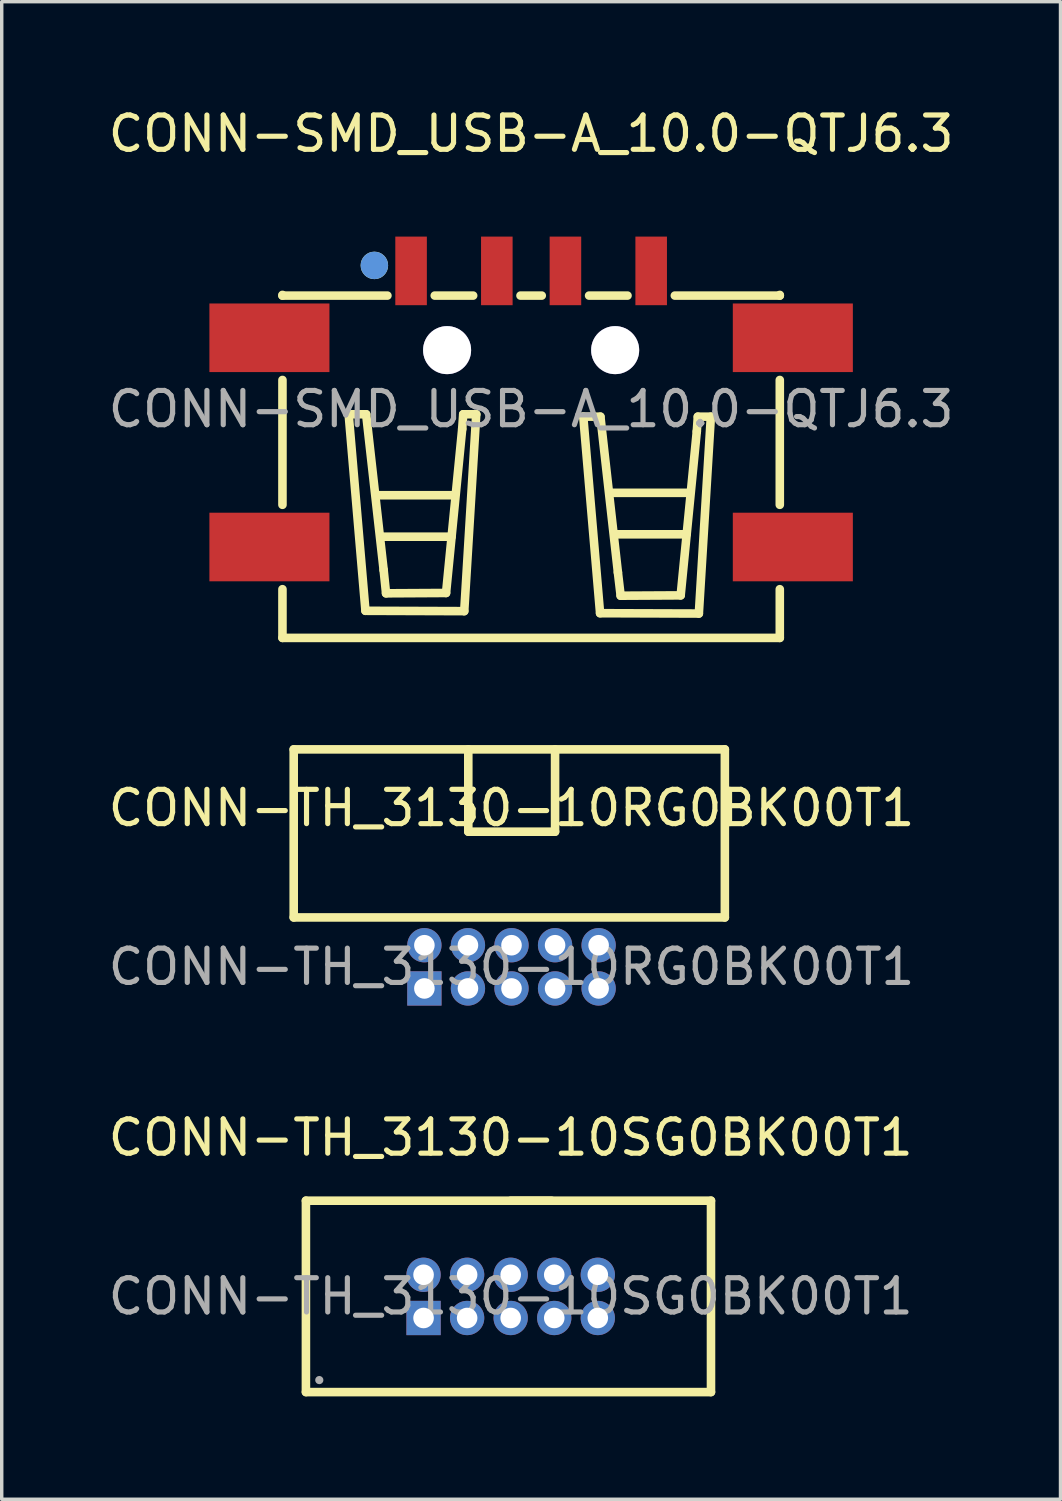
<source format=kicad_pcb>
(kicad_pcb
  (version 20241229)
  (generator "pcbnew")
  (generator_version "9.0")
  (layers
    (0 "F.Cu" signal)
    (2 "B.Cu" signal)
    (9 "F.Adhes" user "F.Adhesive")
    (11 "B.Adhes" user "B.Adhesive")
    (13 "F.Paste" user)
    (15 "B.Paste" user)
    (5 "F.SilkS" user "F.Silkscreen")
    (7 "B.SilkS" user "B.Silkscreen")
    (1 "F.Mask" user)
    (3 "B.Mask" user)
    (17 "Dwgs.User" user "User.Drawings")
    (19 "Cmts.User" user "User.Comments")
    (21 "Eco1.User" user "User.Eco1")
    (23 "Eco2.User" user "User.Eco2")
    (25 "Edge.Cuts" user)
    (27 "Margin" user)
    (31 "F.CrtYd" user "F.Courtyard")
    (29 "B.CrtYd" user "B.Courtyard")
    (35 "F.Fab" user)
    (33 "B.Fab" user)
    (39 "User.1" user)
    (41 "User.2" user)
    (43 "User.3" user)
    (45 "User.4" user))
  (footprint "CONN-TH_3130-10RG0BK00T1"
    (layer "F.Cu")
    (at 11.863 25.138)
    (property "Reference" "CONN-TH_3130-10RG0BK00T1" (at 0 -4.63 0) (layer "F.SilkS") (effects (font (size 1 1) (thickness 0.15))))
    (attr smd)
    (fp_line (start -6.35 -1.44) (end -6.35 -6.34) (stroke (width 0.25) (type solid)) (layer "F.SilkS"))
    (fp_line (start -6.35 -1.44) (end 6.22 -1.44) (stroke (width 0.25) (type solid)) (layer "F.SilkS"))
    (fp_line (start -1.26 -6.34) (end -1.26 -5.08) (stroke (width 0.25) (type solid)) (layer "F.SilkS"))
    (fp_line (start -1.26 -5.08) (end -1.26 -3.94) (stroke (width 0.25) (type solid)) (layer "F.SilkS"))
    (fp_line (start -1.26 -3.94) (end 1.27 -3.94) (stroke (width 0.25) (type solid)) (layer "F.SilkS"))
    (fp_line (start 1.27 -3.94) (end 1.27 -6.34) (stroke (width 0.25) (type solid)) (layer "F.SilkS"))
    (fp_line (start 6.22 -6.34) (end -6.35 -6.34) (stroke (width 0.25) (type solid)) (layer "F.SilkS"))
    (fp_line (start 6.22 -1.44) (end 6.22 -6.34) (stroke (width 0.25) (type solid)) (layer "F.SilkS"))
    (fp_circle (center -2.54 -0.63) (end -2.44 -0.63) (stroke (width 0.2) (type solid)) (fill no) (layer "F.Fab"))
    (fp_circle (center -2.54 0.63) (end -2.44 0.63) (stroke (width 0.2) (type solid)) (fill no) (layer "F.Fab"))
    (fp_circle (center -1.27 -0.63) (end -1.17 -0.63) (stroke (width 0.2) (type solid)) (fill no) (layer "F.Fab"))
    (fp_circle (center -1.27 0.63) (end -1.17 0.63) (stroke (width 0.2) (type solid)) (fill no) (layer "F.Fab"))
    (fp_circle (center 0 -0.63) (end 0.1 -0.63) (stroke (width 0.2) (type solid)) (fill no) (layer "F.Fab"))
    (fp_circle (center 0 0.63) (end 0.1 0.63) (stroke (width 0.2) (type solid)) (fill no) (layer "F.Fab"))
    (fp_circle (center 1.27 -0.63) (end 1.37 -0.63) (stroke (width 0.2) (type solid)) (fill no) (layer "F.Fab"))
    (fp_circle (center 1.27 0.63) (end 1.37 0.63) (stroke (width 0.2) (type solid)) (fill no) (layer "F.Fab"))
    (fp_circle (center 2.54 -0.63) (end 2.64 -0.63) (stroke (width 0.2) (type solid)) (fill no) (layer "F.Fab"))
    (fp_circle (center 2.54 0.63) (end 2.64 0.63) (stroke (width 0.2) (type solid)) (fill no) (layer "F.Fab"))
    (fp_text user "${REFERENCE}" (at 0 0 0) (layer "F.Fab") (effects (font (size 1 1) (thickness 0.15))))
    (pad "1" thru_hole rect (at -2.54 0.63) (size 1 1) (drill 0.6) (layers "*.Cu" "*.Paste" "*.Mask"))
    (pad "2" thru_hole circle (at -2.54 -0.63) (size 1 1) (drill 0.6) (layers "*.Cu" "*.Paste" "*.Mask"))
    (pad "3" thru_hole circle (at -1.27 0.63) (size 1 1) (drill 0.6) (layers "*.Cu" "*.Paste" "*.Mask"))
    (pad "4" thru_hole circle (at -1.27 -0.63) (size 1 1) (drill 0.6) (layers "*.Cu" "*.Paste" "*.Mask"))
    (pad "5" thru_hole circle (at 0 0.63) (size 1 1) (drill 0.6) (layers "*.Cu" "*.Paste" "*.Mask"))
    (pad "6" thru_hole circle (at 0 -0.63) (size 1 1) (drill 0.6) (layers "*.Cu" "*.Paste" "*.Mask"))
    (pad "7" thru_hole circle (at 1.27 0.63) (size 1 1) (drill 0.6) (layers "*.Cu" "*.Paste" "*.Mask"))
    (pad "8" thru_hole circle (at 1.27 -0.63) (size 1 1) (drill 0.6) (layers "*.Cu" "*.Paste" "*.Mask"))
    (pad "9" thru_hole circle (at 2.54 0.63) (size 1 1) (drill 0.6) (layers "*.Cu" "*.Paste" "*.Mask"))
    (pad "10" thru_hole circle (at 2.54 -0.63) (size 1 1) (drill 0.6) (layers "*.Cu" "*.Paste" "*.Mask")))
  (footprint "CONN-TH_3130-10SG0BK00T1"
    (layer "F.Cu")
    (at 11.839 34.746)
    (property "Reference" "CONN-TH_3130-10SG0BK00T1" (at 0 -4.63 0) (layer "F.SilkS") (effects (font (size 1 1) (thickness 0.15))))
    (attr smd)
    (fp_line (start -5.97 -2.79) (end 1.19 -2.79) (stroke (width 0.25) (type solid)) (layer "F.SilkS"))
    (fp_line (start -5.97 2.79) (end -5.97 -2.79) (stroke (width 0.25) (type solid)) (layer "F.SilkS"))
    (fp_line (start 0 -2.79) (end 5.84 -2.79) (stroke (width 0.25) (type solid)) (layer "F.SilkS"))
    (fp_line (start 5.84 -2.79) (end 5.84 2.79) (stroke (width 0.25) (type solid)) (layer "F.SilkS"))
    (fp_line (start 5.84 2.79) (end -5.97 2.79) (stroke (width 0.25) (type solid)) (layer "F.SilkS"))
    (fp_circle (center -5.58 2.44) (end -5.52 2.44) (stroke (width 0.12) (type solid)) (fill no) (layer "F.Fab"))
    (fp_circle (center -2.54 -0.63) (end -2.44 -0.63) (stroke (width 0.2) (type solid)) (fill no) (layer "F.Fab"))
    (fp_circle (center -2.54 0.63) (end -2.44 0.63) (stroke (width 0.2) (type solid)) (fill no) (layer "F.Fab"))
    (fp_circle (center -1.27 -0.63) (end -1.17 -0.63) (stroke (width 0.2) (type solid)) (fill no) (layer "F.Fab"))
    (fp_circle (center -1.27 0.63) (end -1.17 0.63) (stroke (width 0.2) (type solid)) (fill no) (layer "F.Fab"))
    (fp_circle (center 0 -0.63) (end 0.1 -0.63) (stroke (width 0.2) (type solid)) (fill no) (layer "F.Fab"))
    (fp_circle (center 0 0.63) (end 0.1 0.63) (stroke (width 0.2) (type solid)) (fill no) (layer "F.Fab"))
    (fp_circle (center 1.27 -0.63) (end 1.37 -0.63) (stroke (width 0.2) (type solid)) (fill no) (layer "F.Fab"))
    (fp_circle (center 1.27 0.63) (end 1.37 0.63) (stroke (width 0.2) (type solid)) (fill no) (layer "F.Fab"))
    (fp_circle (center 2.54 -0.63) (end 2.64 -0.63) (stroke (width 0.2) (type solid)) (fill no) (layer "F.Fab"))
    (fp_circle (center 2.54 0.63) (end 2.64 0.63) (stroke (width 0.2) (type solid)) (fill no) (layer "F.Fab"))
    (fp_text user "${REFERENCE}" (at 0 0 0) (layer "F.Fab") (effects (font (size 1 1) (thickness 0.15))))
    (pad "1" thru_hole rect (at -2.54 0.63) (size 1 1) (drill 0.6) (layers "*.Cu" "*.Paste" "*.Mask"))
    (pad "2" thru_hole circle (at -2.54 -0.63) (size 1 1) (drill 0.6) (layers "*.Cu" "*.Paste" "*.Mask"))
    (pad "3" thru_hole circle (at -1.27 0.63) (size 1 1) (drill 0.6) (layers "*.Cu" "*.Paste" "*.Mask"))
    (pad "4" thru_hole circle (at -1.27 -0.63) (size 1 1) (drill 0.6) (layers "*.Cu" "*.Paste" "*.Mask"))
    (pad "5" thru_hole circle (at 0 0.63) (size 1 1) (drill 0.6) (layers "*.Cu" "*.Paste" "*.Mask"))
    (pad "6" thru_hole circle (at 0 -0.63) (size 1 1) (drill 0.6) (layers "*.Cu" "*.Paste" "*.Mask"))
    (pad "7" thru_hole circle (at 1.27 0.63) (size 1 1) (drill 0.6) (layers "*.Cu" "*.Paste" "*.Mask"))
    (pad "8" thru_hole circle (at 1.27 -0.63) (size 1 1) (drill 0.6) (layers "*.Cu" "*.Paste" "*.Mask"))
    (pad "9" thru_hole circle (at 2.54 0.63) (size 1 1) (drill 0.6) (layers "*.Cu" "*.Paste" "*.Mask"))
    (pad "10" thru_hole circle (at 2.54 -0.63) (size 1 1) (drill 0.6) (layers "*.Cu" "*.Paste" "*.Mask")))
  (footprint "CONN-SMD_USB-A_10.0-QTJ6.3"
    (layer "F.Cu")
    (at 12.435 8.878)
    (property "Reference" "CONN-SMD_USB-A_10.0-QTJ6.3" (at 0 -8.03 0) (layer "F.SilkS") (effects (font (size 1 1) (thickness 0.15))))
    (attr smd)
    (fp_line (start -7.25 -3.31) (end -7.25 -3.33) (stroke (width 0.25) (type solid)) (layer "F.SilkS"))
    (fp_line (start -7.25 -3.31) (end -4.19 -3.31) (stroke (width 0.25) (type solid)) (layer "F.SilkS"))
    (fp_line (start -7.25 2.79) (end -7.25 -0.85) (stroke (width 0.25) (type solid)) (layer "F.SilkS"))
    (fp_line (start -7.25 6.67) (end -7.25 5.25) (stroke (width 0.25) (type solid)) (layer "F.SilkS"))
    (fp_line (start -7.25 6.67) (end 7.25 6.67) (stroke (width 0.25) (type solid)) (layer "F.SilkS"))
    (fp_line (start -5.32 0.15) (end -4.81 0.15) (stroke (width 0.25) (type solid)) (layer "F.SilkS"))
    (fp_line (start -4.83 5.88) (end -5.32 0.15) (stroke (width 0.25) (type solid)) (layer "F.SilkS"))
    (fp_line (start -4.81 0.15) (end -4.3 4.69) (stroke (width 0.25) (type solid)) (layer "F.SilkS"))
    (fp_line (start -4.49 2.51) (end -2.23 2.51) (stroke (width 0.25) (type solid)) (layer "F.SilkS"))
    (fp_line (start -4.35 3.72) (end -2.32 3.72) (stroke (width 0.25) (type solid)) (layer "F.SilkS"))
    (fp_line (start -4.3 4.69) (end -4.23 5.37) (stroke (width 0.25) (type solid)) (layer "F.SilkS"))
    (fp_line (start -4.23 5.37) (end -2.48 5.36) (stroke (width 0.25) (type solid)) (layer "F.SilkS"))
    (fp_line (start -2.81 -3.31) (end -1.69 -3.31) (stroke (width 0.25) (type solid)) (layer "F.SilkS"))
    (fp_line (start -2.48 5.36) (end -2.01 0.58) (stroke (width 0.25) (type solid)) (layer "F.SilkS"))
    (fp_line (start -2.01 0.58) (end -1.98 0.15) (stroke (width 0.25) (type solid)) (layer "F.SilkS"))
    (fp_line (start -1.98 0.15) (end -1.6 0.15) (stroke (width 0.25) (type solid)) (layer "F.SilkS"))
    (fp_line (start -1.95 5.89) (end -4.83 5.88) (stroke (width 0.25) (type solid)) (layer "F.SilkS"))
    (fp_line (start -1.6 0.15) (end -1.95 5.89) (stroke (width 0.25) (type solid)) (layer "F.SilkS"))
    (fp_line (start -0.31 -3.31) (end 0.31 -3.31) (stroke (width 0.25) (type solid)) (layer "F.SilkS"))
    (fp_line (start 1.52 0.22) (end 2.02 0.22) (stroke (width 0.25) (type solid)) (layer "F.SilkS"))
    (fp_line (start 1.69 -3.31) (end 2.81 -3.31) (stroke (width 0.25) (type solid)) (layer "F.SilkS"))
    (fp_line (start 2.01 5.95) (end 1.52 0.22) (stroke (width 0.25) (type solid)) (layer "F.SilkS"))
    (fp_line (start 2.02 0.22) (end 2.53 4.76) (stroke (width 0.25) (type solid)) (layer "F.SilkS"))
    (fp_line (start 2.36 2.44) (end 4.62 2.44) (stroke (width 0.25) (type solid)) (layer "F.SilkS"))
    (fp_line (start 2.5 3.65) (end 4.53 3.65) (stroke (width 0.25) (type solid)) (layer "F.SilkS"))
    (fp_line (start 2.53 4.76) (end 2.61 5.44) (stroke (width 0.25) (type solid)) (layer "F.SilkS"))
    (fp_line (start 2.61 5.44) (end 4.36 5.43) (stroke (width 0.25) (type solid)) (layer "F.SilkS"))
    (fp_line (start 4.19 -3.31) (end 7.25 -3.31) (stroke (width 0.25) (type solid)) (layer "F.SilkS"))
    (fp_line (start 4.36 5.43) (end 4.83 0.65) (stroke (width 0.25) (type solid)) (layer "F.SilkS"))
    (fp_line (start 4.83 0.65) (end 4.86 0.22) (stroke (width 0.25) (type solid)) (layer "F.SilkS"))
    (fp_line (start 4.86 0.22) (end 5.24 0.22) (stroke (width 0.25) (type solid)) (layer "F.SilkS"))
    (fp_line (start 4.89 5.96) (end 2.01 5.95) (stroke (width 0.25) (type solid)) (layer "F.SilkS"))
    (fp_line (start 5.24 0.22) (end 4.89 5.96) (stroke (width 0.25) (type solid)) (layer "F.SilkS"))
    (fp_line (start 7.25 -3.31) (end 7.25 -3.33) (stroke (width 0.25) (type solid)) (layer "F.SilkS"))
    (fp_line (start 7.25 2.79) (end 7.25 -0.85) (stroke (width 0.25) (type solid)) (layer "F.SilkS"))
    (fp_line (start 7.25 6.67) (end 7.25 5.25) (stroke (width 0.25) (type solid)) (layer "F.SilkS"))
    (fp_circle (center -4.57 -4.19) (end -4.37 -4.19) (stroke (width 0.4) (type solid)) (fill no) (layer "F.SilkS"))
    (fp_circle (center -4.57 -4.19) (end -4.37 -4.19) (stroke (width 0.4) (type solid)) (fill no) (layer "Cmts.User"))
    (fp_circle (center -2.45 -1.72) (end -2.2 -1.72) (stroke (width 0.5) (type solid)) (fill no) (layer "Cmts.User"))
    (fp_circle (center 2.45 -1.72) (end 2.7 -1.72) (stroke (width 0.5) (type solid)) (fill no) (layer "Cmts.User"))
    (fp_text user "${REFERENCE}" (at 0 0 0) (layer "F.Fab") (effects (font (size 1 1) (thickness 0.15))))
    (pad "" thru_hole circle (at -2.45 -1.72) (size 1.4 1.4) (drill 1.4) (layers "*.Cu" "*.Mask"))
    (pad "" thru_hole circle (at 2.45 -1.72) (size 1.4 1.4) (drill 1.4) (layers "*.Cu" "*.Mask"))
    (pad "1" smd rect (at -3.5 -4.03) (size 0.92 2) (layers "F.Cu" "F.Mask" "F.Paste"))
    (pad "2" smd rect (at -1 -4.03) (size 0.92 2) (layers "F.Cu" "F.Mask" "F.Paste"))
    (pad "3" smd rect (at 1 -4.03) (size 0.92 2) (layers "F.Cu" "F.Mask" "F.Paste"))
    (pad "4" smd rect (at 3.5 -4.03) (size 0.92 2) (layers "F.Cu" "F.Mask" "F.Paste"))
    (pad "5" smd rect (at 7.63 -2.08 180) (size 3.5 2) (layers "F.Cu" "F.Mask" "F.Paste"))
    (pad "6" smd rect (at 7.63 4.02 180) (size 3.5 2) (layers "F.Cu" "F.Mask" "F.Paste"))
    (pad "7" smd rect (at -7.63 4.02 180) (size 3.5 2) (layers "F.Cu" "F.Mask" "F.Paste"))
    (pad "8" smd rect (at -7.63 -2.08 180) (size 3.5 2) (layers "F.Cu" "F.Mask" "F.Paste")))
  (gr_rect
    (start -3 -3)
    (end 27.869 40.661)
    (stroke (width 0.1) (type default))
    (fill no)
    (layer "Edge.Cuts")))
</source>
